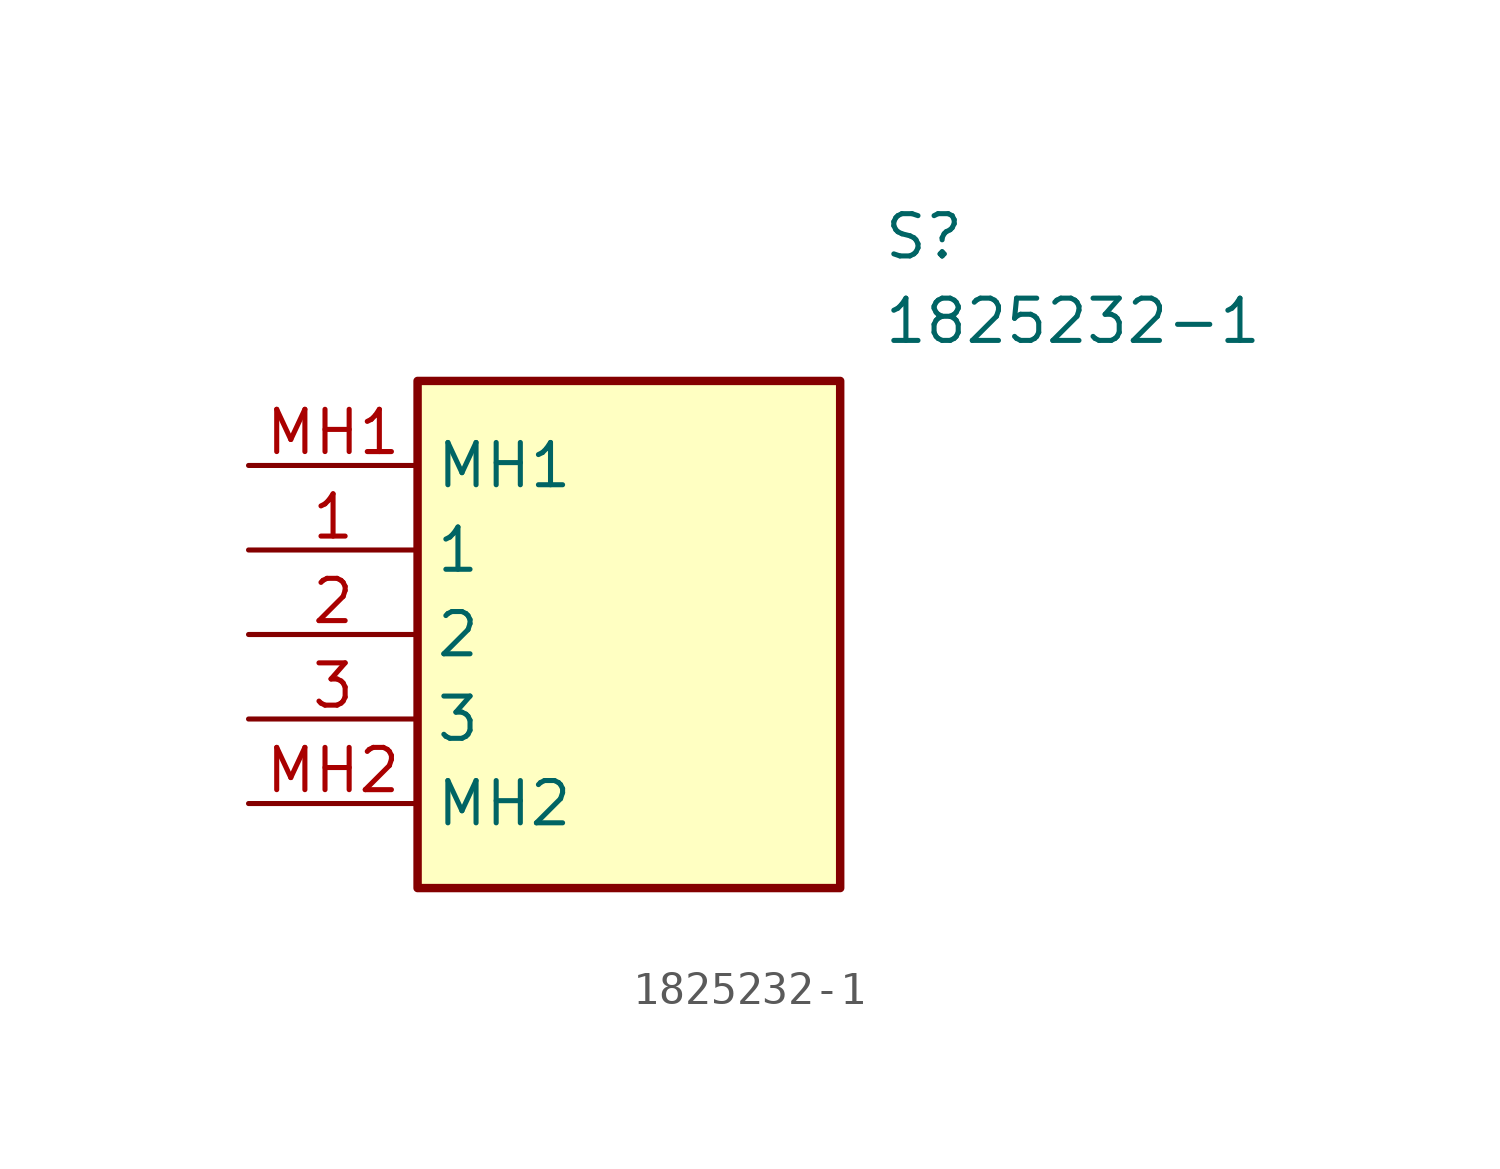
<source format=kicad_sym>
(kicad_symbol_lib
  (version 20211014)
  (generator SamacSys_ECAD_Model)
  (symbol "1825232-1"
    (property "Reference" "S"
      (at 19.05 7.62 0)
      (effects (font (size 1.27 1.27)) (justify left top)))
    (property "Value" "1825232-1"
      (at 19.05 5.08 0)
      (effects (font (size 1.27 1.27)) (justify left top)))
    (rectangle
      (start 5.08 2.54)
      (end 17.78 -12.7)
      (stroke (width 0.254) (type default))
      (fill (type background)))
    (pin passive line
      (at 0 -2.54 0)
      (length 5.08)
      (name "1" (effects (font (size 1.27 1.27))))
      (number "1" (effects (font (size 1.27 1.27)))))
    (pin passive line
      (at 0 -5.08 0)
      (length 5.08)
      (name "2" (effects (font (size 1.27 1.27))))
      (number "2" (effects (font (size 1.27 1.27)))))
    (pin passive line
      (at 0 -7.62 0)
      (length 5.08)
      (name "3" (effects (font (size 1.27 1.27))))
      (number "3" (effects (font (size 1.27 1.27)))))
    (pin passive line
      (at 0 0 0)
      (length 5.08)
      (name "MH1" (effects (font (size 1.27 1.27))))
      (number "MH1" (effects (font (size 1.27 1.27)))))
    (pin passive line
      (at 0 -10.16 0)
      (length 5.08)
      (name "MH2" (effects (font (size 1.27 1.27))))
      (number "MH2" (effects (font (size 1.27 1.27)))))))
</source>
